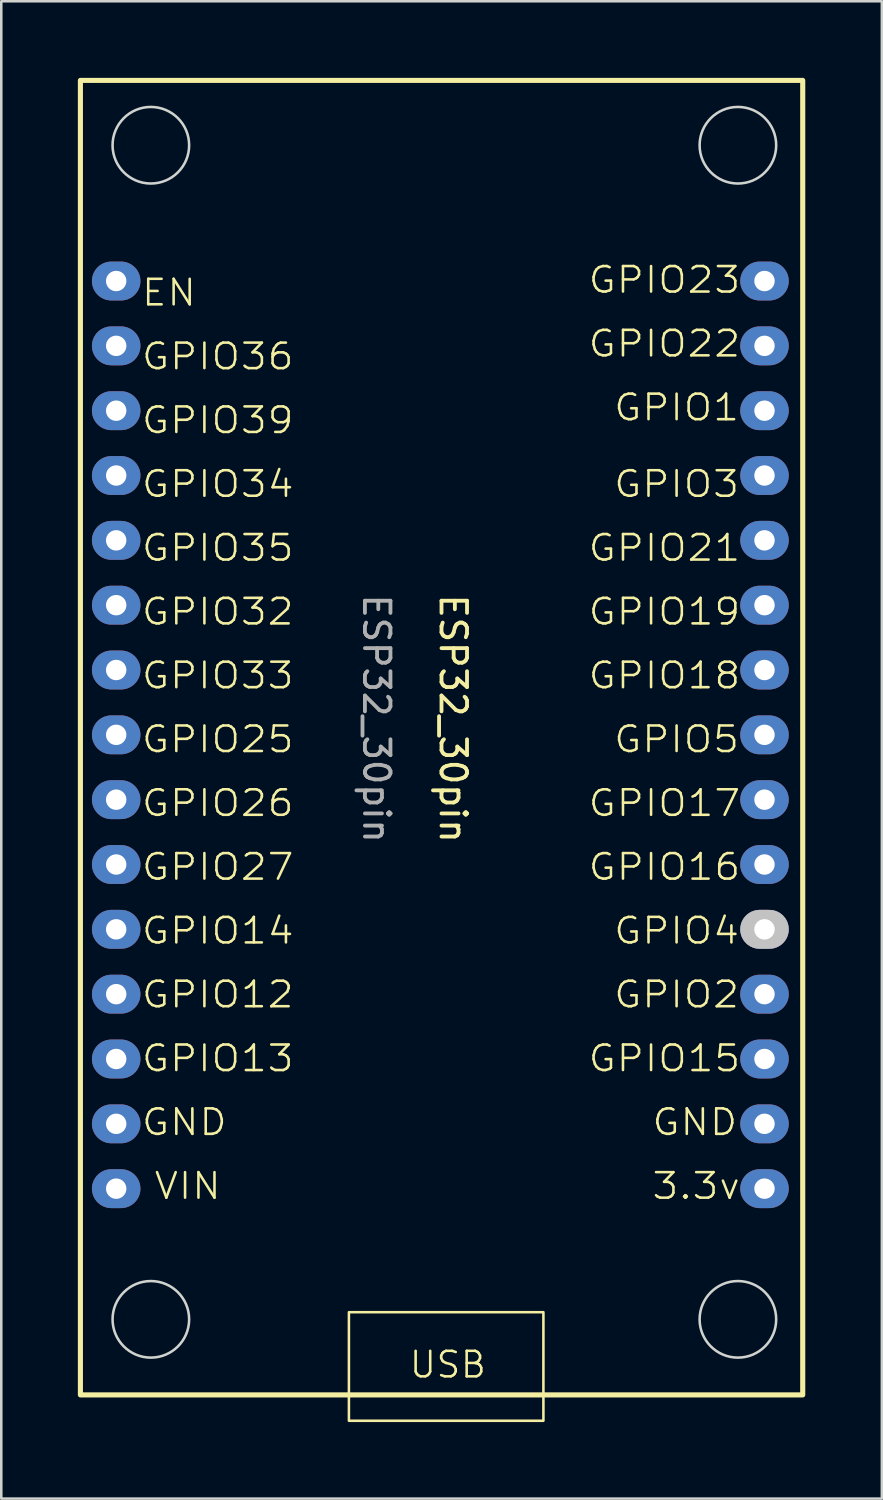
<source format=kicad_pcb>
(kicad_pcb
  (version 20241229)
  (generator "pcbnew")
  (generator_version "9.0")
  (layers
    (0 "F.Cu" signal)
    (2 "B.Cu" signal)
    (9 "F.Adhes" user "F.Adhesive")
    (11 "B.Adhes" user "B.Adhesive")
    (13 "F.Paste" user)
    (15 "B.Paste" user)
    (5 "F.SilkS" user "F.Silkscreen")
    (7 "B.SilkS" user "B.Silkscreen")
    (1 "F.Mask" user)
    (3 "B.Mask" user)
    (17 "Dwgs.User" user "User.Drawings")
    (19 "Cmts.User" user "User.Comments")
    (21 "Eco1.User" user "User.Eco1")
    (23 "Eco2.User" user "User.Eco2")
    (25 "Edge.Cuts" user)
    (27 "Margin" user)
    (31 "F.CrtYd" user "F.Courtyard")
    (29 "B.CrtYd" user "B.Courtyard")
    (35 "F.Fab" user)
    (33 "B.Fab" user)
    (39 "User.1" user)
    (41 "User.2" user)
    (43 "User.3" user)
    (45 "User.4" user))
  (footprint "ESP32_30pin"
    (layer "F.Cu")
    (at 13.43 26.5)
    (property "Reference" "ESP32_30pin" (at 1.272 -1.395 270) (unlocked yes) (layer "F.SilkS") (effects (font (size 1 1) (thickness 0.15))))
    (fp_rect (start -13.33 -26.4) (end 14.97 25.1) (stroke (width 0.2) (type default)) (fill no) (layer "F.SilkS"))
    (fp_rect (start -2.81 21.86) (end 4.81 26.114) (stroke (width 0.1) (type default)) (fill no) (layer "F.SilkS"))
    (fp_circle (center -10.57 -23.86) (end -10.57 -22.36) (stroke (width 0.1) (type default)) (fill no) (layer "Edge.Cuts"))
    (fp_circle (center -10.57 22.14) (end -10.57 23.64) (stroke (width 0.1) (type default)) (fill no) (layer "Edge.Cuts"))
    (fp_circle (center 12.43 -23.86) (end 12.43 -22.36) (stroke (width 0.1) (type default)) (fill no) (layer "Edge.Cuts"))
    (fp_circle (center 12.43 22.14) (end 12.43 23.64) (stroke (width 0.1) (type default)) (fill no) (layer "Edge.Cuts"))
    (fp_text user "GPIO19" (at 6.5 -5 0) (unlocked yes) (layer "F.SilkS") (effects (font (size 1 1.1) (thickness 0.1)) (justify left bottom)))
    (fp_text user "GPIO12" (at -11 10 0) (unlocked yes) (layer "F.SilkS") (effects (font (size 1 1.1) (thickness 0.1)) (justify left bottom)))
    (fp_text user "VIN" (at -10.5 17.5 0) (unlocked yes) (layer "F.SilkS") (effects (font (size 1 1.1) (thickness 0.1)) (justify left bottom)))
    (fp_text user "GPIO22" (at 6.5 -15.5 0) (unlocked yes) (layer "F.SilkS") (effects (font (size 1 1.1) (thickness 0.1)) (justify left bottom)))
    (fp_text user "GND" (at 9 15 0) (unlocked yes) (layer "F.SilkS") (effects (font (size 1 1.1) (thickness 0.1)) (justify left bottom)))
    (fp_text user "GPIO2" (at 7.5 10 0) (unlocked yes) (layer "F.SilkS") (effects (font (size 1 1.1) (thickness 0.1)) (justify left bottom)))
    (fp_text user "GPIO27" (at -11 5 0) (unlocked yes) (layer "F.SilkS") (effects (font (size 1 1.1) (thickness 0.1)) (justify left bottom)))
    (fp_text user "GPIO32" (at -11 -5 0) (unlocked yes) (layer "F.SilkS") (effects (font (size 1 1.1) (thickness 0.1)) (justify left bottom)))
    (fp_text user "GPIO33" (at -11 -2.5 0) (unlocked yes) (layer "F.SilkS") (effects (font (size 1 1.1) (thickness 0.1)) (justify left bottom)))
    (fp_text user "GPIO18" (at 6.5 -2.5 0) (unlocked yes) (layer "F.SilkS") (effects (font (size 1 1.1) (thickness 0.1)) (justify left bottom)))
    (fp_text user "GPIO39" (at -11 -12.5 0) (unlocked yes) (layer "F.SilkS") (effects (font (size 1 1.1) (thickness 0.1)) (justify left bottom)))
    (fp_text user "GPIO25" (at -11 0 0) (unlocked yes) (layer "F.SilkS") (effects (font (size 1 1.1) (thickness 0.1)) (justify left bottom)))
    (fp_text user "GPIO36" (at -11 -15 0) (unlocked yes) (layer "F.SilkS") (effects (font (size 1 1.1) (thickness 0.1)) (justify left bottom)))
    (fp_text user "GPIO4" (at 7.5 7.5 0) (unlocked yes) (layer "F.SilkS") (effects (font (size 1 1.1) (thickness 0.1)) (justify left bottom)))
    (fp_text user "GPIO13" (at -11 12.5 0) (unlocked yes) (layer "F.SilkS") (effects (font (size 1 1.1) (thickness 0.1)) (justify left bottom)))
    (fp_text user "GPIO14" (at -11 7.5 0) (unlocked yes) (layer "F.SilkS") (effects (font (size 1 1.1) (thickness 0.1)) (justify left bottom)))
    (fp_text user "GPIO3" (at 7.5 -10 0) (unlocked yes) (layer "F.SilkS") (effects (font (size 1 1.1) (thickness 0.1)) (justify left bottom)))
    (fp_text user "GPIO16" (at 6.5 5 0) (unlocked yes) (layer "F.SilkS") (effects (font (size 1 1.1) (thickness 0.1)) (justify left bottom)))
    (fp_text user "GPIO5" (at 7.5 0 0) (unlocked yes) (layer "F.SilkS") (effects (font (size 1 1.1) (thickness 0.1)) (justify left bottom)))
    (fp_text user "GPIO35" (at -11 -7.5 0) (unlocked yes) (layer "F.SilkS") (effects (font (size 1 1.1) (thickness 0.1)) (justify left bottom)))
    (fp_text user "GND" (at -11 15 0) (unlocked yes) (layer "F.SilkS") (effects (font (size 1 1.1) (thickness 0.1)) (justify left bottom)))
    (fp_text user "GPIO17" (at 6.5 2.5 0) (unlocked yes) (layer "F.SilkS") (effects (font (size 1 1.1) (thickness 0.1)) (justify left bottom)))
    (fp_text user "GPIO26" (at -11 2.5 0) (unlocked yes) (layer "F.SilkS") (effects (font (size 1 1.1) (thickness 0.1)) (justify left bottom)))
    (fp_text user "GPIO34" (at -11 -10 0) (unlocked yes) (layer "F.SilkS") (effects (font (size 1 1.1) (thickness 0.1)) (justify left bottom)))
    (fp_text user "EN" (at -11 -17.5 0) (unlocked yes) (layer "F.SilkS") (effects (font (size 1 1.1) (thickness 0.1)) (justify left bottom)))
    (fp_text user "USB" (at -0.5 24.5 0) (unlocked yes) (layer "F.SilkS") (effects (font (size 1 1) (thickness 0.1)) (justify left bottom)))
    (fp_text user "GPIO21" (at 6.5 -7.5 0) (unlocked yes) (layer "F.SilkS") (effects (font (size 1 1.1) (thickness 0.1)) (justify left bottom)))
    (fp_text user "GPIO23" (at 6.5 -18 0) (unlocked yes) (layer "F.SilkS") (effects (font (size 1 1.1) (thickness 0.1)) (justify left bottom)))
    (fp_text user "GPIO1" (at 7.5 -13 0) (unlocked yes) (layer "F.SilkS") (effects (font (size 1 1.1) (thickness 0.1)) (justify left bottom)))
    (fp_text user "3.3v" (at 9 17.5 0) (unlocked yes) (layer "F.SilkS") (effects (font (size 1 1.1) (thickness 0.1)) (justify left bottom)))
    (fp_text user "GPIO15" (at 6.5 12.5 0) (unlocked yes) (layer "F.SilkS") (effects (font (size 1 1.1) (thickness 0.1)) (justify left bottom)))
    (fp_text user "${REFERENCE}" (at -1.728 -1.395 270) (unlocked yes) (layer "F.Fab") (effects (font (size 1 1) (thickness 0.15))))
    (pad "1" thru_hole oval (at -11.928 17.02 270) (size 1.524 1.9) (drill 0.8) (layers "*.Cu" "*.Mask"))
    (pad "2" thru_hole oval (at -11.928 14.48 270) (size 1.524 1.9) (drill 0.8) (layers "*.Cu" "*.Mask"))
    (pad "3" thru_hole oval (at -11.928 11.94 270) (size 1.524 1.9) (drill 0.8) (layers "*.Cu" "*.Mask"))
    (pad "4" thru_hole oval (at -11.928 9.4 270) (size 1.524 1.9) (drill 0.8) (layers "*.Cu" "*.Mask"))
    (pad "5" thru_hole oval (at -11.928 6.86 270) (size 1.524 1.9) (drill 0.8) (layers "*.Cu" "*.Mask"))
    (pad "6" thru_hole oval (at -11.928 4.32 270) (size 1.524 1.9) (drill 0.8) (layers "*.Cu" "*.Mask"))
    (pad "7" thru_hole oval (at -11.928 1.78 270) (size 1.524 1.9) (drill 0.8) (layers "*.Cu" "*.Mask"))
    (pad "8" thru_hole oval (at -11.928 -0.76 270) (size 1.524 1.9) (drill 0.8) (layers "*.Cu" "*.Mask"))
    (pad "9" thru_hole oval (at -11.928 -3.3 270) (size 1.524 1.9) (drill 0.8) (layers "*.Cu" "*.Mask"))
    (pad "10" thru_hole oval (at -11.928 -5.84 270) (size 1.524 1.9) (drill 0.8) (layers "*.Cu" "*.Mask"))
    (pad "11" thru_hole oval (at -11.928 -8.38 270) (size 1.524 1.9) (drill 0.8) (layers "*.Cu" "*.Mask"))
    (pad "12" thru_hole oval (at -11.928 -10.92 270) (size 1.524 1.9) (drill 0.8) (layers "*.Cu" "*.Mask"))
    (pad "13" thru_hole oval (at -11.928 -13.46 270) (size 1.524 1.9) (drill 0.8) (layers "*.Cu" "*.Mask"))
    (pad "14" thru_hole oval (at -11.928 -16 270) (size 1.524 1.9) (drill 0.8) (layers "*.Cu" "*.Mask"))
    (pad "15" thru_hole oval (at -11.928 -18.54 270) (size 1.524 1.9) (drill 0.8) (layers "*.Cu" "*.Mask"))
    (pad "16" thru_hole oval (at 13.472 17.02 270) (size 1.524 1.9) (drill 0.8) (layers "*.Cu" "*.Mask"))
    (pad "17" thru_hole oval (at 13.472 14.48 270) (size 1.524 1.9) (drill 0.8) (layers "*.Cu" "*.Mask"))
    (pad "18" thru_hole oval (at 13.472 11.94 270) (size 1.524 1.9) (drill 0.8) (layers "*.Cu" "*.Mask"))
    (pad "19" thru_hole oval (at 13.472 9.4 270) (size 1.524 1.9) (drill 0.8) (layers "*.Cu" "*.Mask"))
    (pad "20" thru_hole oval (at 13.472 6.86 270) (size 1.524 1.9) (drill 0.8) (layers "*.Cu" "*.Mask" "Dwgs.User"))
    (pad "21" thru_hole oval (at 13.472 4.32 270) (size 1.524 1.9) (drill 0.8) (layers "*.Cu" "*.Mask"))
    (pad "22" thru_hole oval (at 13.472 1.78 270) (size 1.524 1.9) (drill 0.8) (layers "*.Cu" "*.Mask"))
    (pad "23" thru_hole oval (at 13.472 -0.76 270) (size 1.524 1.9) (drill 0.8) (layers "*.Cu" "*.Mask"))
    (pad "24" thru_hole oval (at 13.472 -3.3 270) (size 1.524 1.9) (drill 0.8) (layers "*.Cu" "*.Mask"))
    (pad "25" thru_hole oval (at 13.472 -5.84 270) (size 1.524 1.9) (drill 0.8) (layers "*.Cu" "*.Mask"))
    (pad "26" thru_hole oval (at 13.472 -8.38 270) (size 1.524 1.9) (drill 0.8) (layers "*.Cu" "*.Mask"))
    (pad "27" thru_hole oval (at 13.472 -10.92 270) (size 1.524 1.9) (drill 0.8) (layers "*.Cu" "*.Mask"))
    (pad "28" thru_hole oval (at 13.472 -13.46 270) (size 1.524 1.9) (drill 0.8) (layers "*.Cu" "*.Mask"))
    (pad "29" thru_hole oval (at 13.472 -16 270) (size 1.524 1.9) (drill 0.8) (layers "*.Cu" "*.Mask"))
    (pad "30" thru_hole oval (at 13.472 -18.54 270) (size 1.524 1.9) (drill 0.8) (layers "*.Cu" "*.Mask")))
  (gr_rect
    (start -3 -3)
    (end 31.5 55.664)
    (stroke (width 0.1) (type default))
    (fill no)
    (layer "Edge.Cuts")))
</source>
